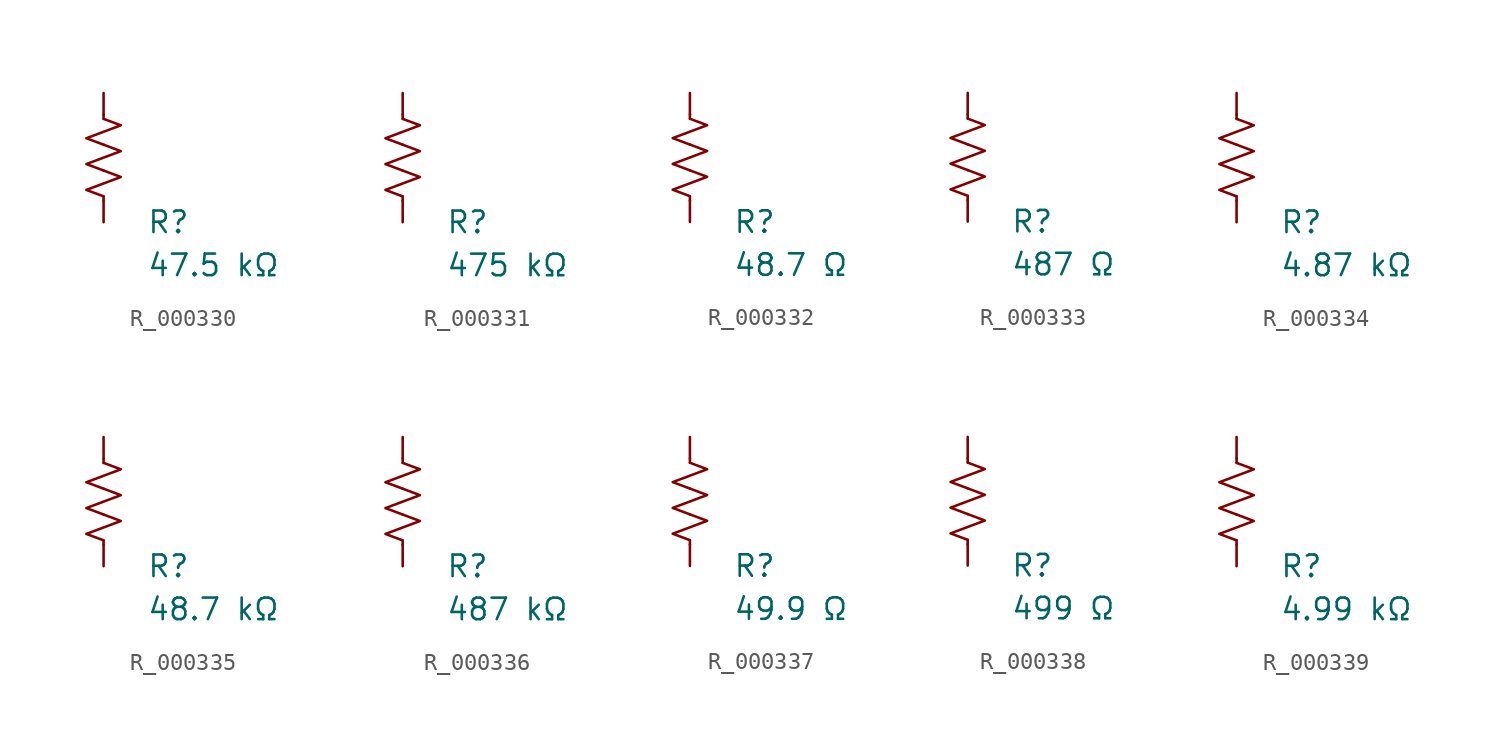
<source format=kicad_sym>
(kicad_symbol_lib
  (version 20231120)
  (generator "kicad_symbol_editor")
  (generator_version "8.0")
  (symbol "R_000330"
    (pin_numbers hide)
    (pin_names
      (offset 0))
    (property "Reference" "R"
      (at 2.54 -3.81 0)
      (effects (font (size 1.27 1.27)) (justify left))
      (show_name no))
    (property "Value" "47.5 kΩ"
      (at 2.54 -6.35 0)
      (effects (font (size 1.27 1.27)) (justify left))
      (show_name no))
    (symbol "R_000330_0_1"
      (polyline (pts (xy 0 -2.286) (xy 0 -2.54)) (stroke (width 0) (type default)) (fill (type none)))
      (polyline (pts (xy 0 2.286) (xy 0 2.54)) (stroke (width 0) (type default)) (fill (type none)))
      (polyline (pts (xy 0 -0.762) (xy 1.016 -1.143) (xy 0 -1.524) (xy -1.016 -1.905) (xy 0 -2.286)) (stroke (width 0) (type default)) (fill (type none)))
      (polyline (pts (xy 0 0.762) (xy 1.016 0.381) (xy 0 0) (xy -1.016 -0.381) (xy 0 -0.762)) (stroke (width 0) (type default)) (fill (type none)))
      (polyline (pts (xy 0 2.286) (xy 1.016 1.905) (xy 0 1.524) (xy -1.016 1.143) (xy 0 0.762)) (stroke (width 0) (type default)) (fill (type none))))
    (symbol "R_000330_1_1"
      (pin passive line (at 0 3.81 270) (length 1.27) (name "~" (effects (font (size 1.27 1.27)))) (number "1" (effects (font (size 1.27 1.27)))))
      (pin passive line (at 0 -3.81 90) (length 1.27) (name "~" (effects (font (size 1.27 1.27)))) (number "2" (effects (font (size 1.27 1.27)))))))
  (symbol "R_000331"
    (pin_numbers hide)
    (pin_names
      (offset 0))
    (property "Reference" "R"
      (at 2.54 -3.81 0)
      (effects (font (size 1.27 1.27)) (justify left))
      (show_name no))
    (property "Value" "475 kΩ"
      (at 2.54 -6.35 0)
      (effects (font (size 1.27 1.27)) (justify left))
      (show_name no))
    (symbol "R_000331_0_1"
      (polyline (pts (xy 0 -2.286) (xy 0 -2.54)) (stroke (width 0) (type default)) (fill (type none)))
      (polyline (pts (xy 0 2.286) (xy 0 2.54)) (stroke (width 0) (type default)) (fill (type none)))
      (polyline (pts (xy 0 -0.762) (xy 1.016 -1.143) (xy 0 -1.524) (xy -1.016 -1.905) (xy 0 -2.286)) (stroke (width 0) (type default)) (fill (type none)))
      (polyline (pts (xy 0 0.762) (xy 1.016 0.381) (xy 0 0) (xy -1.016 -0.381) (xy 0 -0.762)) (stroke (width 0) (type default)) (fill (type none)))
      (polyline (pts (xy 0 2.286) (xy 1.016 1.905) (xy 0 1.524) (xy -1.016 1.143) (xy 0 0.762)) (stroke (width 0) (type default)) (fill (type none))))
    (symbol "R_000331_1_1"
      (pin passive line (at 0 3.81 270) (length 1.27) (name "~" (effects (font (size 1.27 1.27)))) (number "1" (effects (font (size 1.27 1.27)))))
      (pin passive line (at 0 -3.81 90) (length 1.27) (name "~" (effects (font (size 1.27 1.27)))) (number "2" (effects (font (size 1.27 1.27)))))))
  (symbol "R_000332"
    (pin_numbers hide)
    (pin_names
      (offset 0))
    (property "Reference" "R"
      (at 2.54 -3.81 0)
      (effects (font (size 1.27 1.27)) (justify left))
      (show_name no))
    (property "Value" "48.7 Ω"
      (at 2.54 -6.35 0)
      (effects (font (size 1.27 1.27)) (justify left))
      (show_name no))
    (symbol "R_000332_0_1"
      (polyline (pts (xy 0 -2.286) (xy 0 -2.54)) (stroke (width 0) (type default)) (fill (type none)))
      (polyline (pts (xy 0 2.286) (xy 0 2.54)) (stroke (width 0) (type default)) (fill (type none)))
      (polyline (pts (xy 0 -0.762) (xy 1.016 -1.143) (xy 0 -1.524) (xy -1.016 -1.905) (xy 0 -2.286)) (stroke (width 0) (type default)) (fill (type none)))
      (polyline (pts (xy 0 0.762) (xy 1.016 0.381) (xy 0 0) (xy -1.016 -0.381) (xy 0 -0.762)) (stroke (width 0) (type default)) (fill (type none)))
      (polyline (pts (xy 0 2.286) (xy 1.016 1.905) (xy 0 1.524) (xy -1.016 1.143) (xy 0 0.762)) (stroke (width 0) (type default)) (fill (type none))))
    (symbol "R_000332_1_1"
      (pin passive line (at 0 3.81 270) (length 1.27) (name "~" (effects (font (size 1.27 1.27)))) (number "1" (effects (font (size 1.27 1.27)))))
      (pin passive line (at 0 -3.81 90) (length 1.27) (name "~" (effects (font (size 1.27 1.27)))) (number "2" (effects (font (size 1.27 1.27)))))))
  (symbol "R_000333"
    (pin_numbers hide)
    (pin_names
      (offset 0))
    (property "Reference" "R"
      (at 2.54 -3.81 0)
      (effects (font (size 1.27 1.27)) (justify left))
      (show_name no))
    (property "Value" "487 Ω"
      (at 2.54 -6.35 0)
      (effects (font (size 1.27 1.27)) (justify left))
      (show_name no))
    (symbol "R_000333_0_1"
      (polyline (pts (xy 0 -2.286) (xy 0 -2.54)) (stroke (width 0) (type default)) (fill (type none)))
      (polyline (pts (xy 0 2.286) (xy 0 2.54)) (stroke (width 0) (type default)) (fill (type none)))
      (polyline (pts (xy 0 -0.762) (xy 1.016 -1.143) (xy 0 -1.524) (xy -1.016 -1.905) (xy 0 -2.286)) (stroke (width 0) (type default)) (fill (type none)))
      (polyline (pts (xy 0 0.762) (xy 1.016 0.381) (xy 0 0) (xy -1.016 -0.381) (xy 0 -0.762)) (stroke (width 0) (type default)) (fill (type none)))
      (polyline (pts (xy 0 2.286) (xy 1.016 1.905) (xy 0 1.524) (xy -1.016 1.143) (xy 0 0.762)) (stroke (width 0) (type default)) (fill (type none))))
    (symbol "R_000333_1_1"
      (pin passive line (at 0 3.81 270) (length 1.27) (name "~" (effects (font (size 1.27 1.27)))) (number "1" (effects (font (size 1.27 1.27)))))
      (pin passive line (at 0 -3.81 90) (length 1.27) (name "~" (effects (font (size 1.27 1.27)))) (number "2" (effects (font (size 1.27 1.27)))))))
  (symbol "R_000334"
    (pin_numbers hide)
    (pin_names
      (offset 0))
    (property "Reference" "R"
      (at 2.54 -3.81 0)
      (effects (font (size 1.27 1.27)) (justify left))
      (show_name no))
    (property "Value" "4.87 kΩ"
      (at 2.54 -6.35 0)
      (effects (font (size 1.27 1.27)) (justify left))
      (show_name no))
    (symbol "R_000334_0_1"
      (polyline (pts (xy 0 -2.286) (xy 0 -2.54)) (stroke (width 0) (type default)) (fill (type none)))
      (polyline (pts (xy 0 2.286) (xy 0 2.54)) (stroke (width 0) (type default)) (fill (type none)))
      (polyline (pts (xy 0 -0.762) (xy 1.016 -1.143) (xy 0 -1.524) (xy -1.016 -1.905) (xy 0 -2.286)) (stroke (width 0) (type default)) (fill (type none)))
      (polyline (pts (xy 0 0.762) (xy 1.016 0.381) (xy 0 0) (xy -1.016 -0.381) (xy 0 -0.762)) (stroke (width 0) (type default)) (fill (type none)))
      (polyline (pts (xy 0 2.286) (xy 1.016 1.905) (xy 0 1.524) (xy -1.016 1.143) (xy 0 0.762)) (stroke (width 0) (type default)) (fill (type none))))
    (symbol "R_000334_1_1"
      (pin passive line (at 0 3.81 270) (length 1.27) (name "~" (effects (font (size 1.27 1.27)))) (number "1" (effects (font (size 1.27 1.27)))))
      (pin passive line (at 0 -3.81 90) (length 1.27) (name "~" (effects (font (size 1.27 1.27)))) (number "2" (effects (font (size 1.27 1.27)))))))
  (symbol "R_000335"
    (pin_numbers hide)
    (pin_names
      (offset 0))
    (property "Reference" "R"
      (at 2.54 -3.81 0)
      (effects (font (size 1.27 1.27)) (justify left))
      (show_name no))
    (property "Value" "48.7 kΩ"
      (at 2.54 -6.35 0)
      (effects (font (size 1.27 1.27)) (justify left))
      (show_name no))
    (symbol "R_000335_0_1"
      (polyline (pts (xy 0 -2.286) (xy 0 -2.54)) (stroke (width 0) (type default)) (fill (type none)))
      (polyline (pts (xy 0 2.286) (xy 0 2.54)) (stroke (width 0) (type default)) (fill (type none)))
      (polyline (pts (xy 0 -0.762) (xy 1.016 -1.143) (xy 0 -1.524) (xy -1.016 -1.905) (xy 0 -2.286)) (stroke (width 0) (type default)) (fill (type none)))
      (polyline (pts (xy 0 0.762) (xy 1.016 0.381) (xy 0 0) (xy -1.016 -0.381) (xy 0 -0.762)) (stroke (width 0) (type default)) (fill (type none)))
      (polyline (pts (xy 0 2.286) (xy 1.016 1.905) (xy 0 1.524) (xy -1.016 1.143) (xy 0 0.762)) (stroke (width 0) (type default)) (fill (type none))))
    (symbol "R_000335_1_1"
      (pin passive line (at 0 3.81 270) (length 1.27) (name "~" (effects (font (size 1.27 1.27)))) (number "1" (effects (font (size 1.27 1.27)))))
      (pin passive line (at 0 -3.81 90) (length 1.27) (name "~" (effects (font (size 1.27 1.27)))) (number "2" (effects (font (size 1.27 1.27)))))))
  (symbol "R_000336"
    (pin_numbers hide)
    (pin_names
      (offset 0))
    (property "Reference" "R"
      (at 2.54 -3.81 0)
      (effects (font (size 1.27 1.27)) (justify left))
      (show_name no))
    (property "Value" "487 kΩ"
      (at 2.54 -6.35 0)
      (effects (font (size 1.27 1.27)) (justify left))
      (show_name no))
    (symbol "R_000336_0_1"
      (polyline (pts (xy 0 -2.286) (xy 0 -2.54)) (stroke (width 0) (type default)) (fill (type none)))
      (polyline (pts (xy 0 2.286) (xy 0 2.54)) (stroke (width 0) (type default)) (fill (type none)))
      (polyline (pts (xy 0 -0.762) (xy 1.016 -1.143) (xy 0 -1.524) (xy -1.016 -1.905) (xy 0 -2.286)) (stroke (width 0) (type default)) (fill (type none)))
      (polyline (pts (xy 0 0.762) (xy 1.016 0.381) (xy 0 0) (xy -1.016 -0.381) (xy 0 -0.762)) (stroke (width 0) (type default)) (fill (type none)))
      (polyline (pts (xy 0 2.286) (xy 1.016 1.905) (xy 0 1.524) (xy -1.016 1.143) (xy 0 0.762)) (stroke (width 0) (type default)) (fill (type none))))
    (symbol "R_000336_1_1"
      (pin passive line (at 0 3.81 270) (length 1.27) (name "~" (effects (font (size 1.27 1.27)))) (number "1" (effects (font (size 1.27 1.27)))))
      (pin passive line (at 0 -3.81 90) (length 1.27) (name "~" (effects (font (size 1.27 1.27)))) (number "2" (effects (font (size 1.27 1.27)))))))
  (symbol "R_000337"
    (pin_numbers hide)
    (pin_names
      (offset 0))
    (property "Reference" "R"
      (at 2.54 -3.81 0)
      (effects (font (size 1.27 1.27)) (justify left))
      (show_name no))
    (property "Value" "49.9 Ω"
      (at 2.54 -6.35 0)
      (effects (font (size 1.27 1.27)) (justify left))
      (show_name no))
    (symbol "R_000337_0_1"
      (polyline (pts (xy 0 -2.286) (xy 0 -2.54)) (stroke (width 0) (type default)) (fill (type none)))
      (polyline (pts (xy 0 2.286) (xy 0 2.54)) (stroke (width 0) (type default)) (fill (type none)))
      (polyline (pts (xy 0 -0.762) (xy 1.016 -1.143) (xy 0 -1.524) (xy -1.016 -1.905) (xy 0 -2.286)) (stroke (width 0) (type default)) (fill (type none)))
      (polyline (pts (xy 0 0.762) (xy 1.016 0.381) (xy 0 0) (xy -1.016 -0.381) (xy 0 -0.762)) (stroke (width 0) (type default)) (fill (type none)))
      (polyline (pts (xy 0 2.286) (xy 1.016 1.905) (xy 0 1.524) (xy -1.016 1.143) (xy 0 0.762)) (stroke (width 0) (type default)) (fill (type none))))
    (symbol "R_000337_1_1"
      (pin passive line (at 0 3.81 270) (length 1.27) (name "~" (effects (font (size 1.27 1.27)))) (number "1" (effects (font (size 1.27 1.27)))))
      (pin passive line (at 0 -3.81 90) (length 1.27) (name "~" (effects (font (size 1.27 1.27)))) (number "2" (effects (font (size 1.27 1.27)))))))
  (symbol "R_000338"
    (pin_numbers hide)
    (pin_names
      (offset 0))
    (property "Reference" "R"
      (at 2.54 -3.81 0)
      (effects (font (size 1.27 1.27)) (justify left))
      (show_name no))
    (property "Value" "499 Ω"
      (at 2.54 -6.35 0)
      (effects (font (size 1.27 1.27)) (justify left))
      (show_name no))
    (symbol "R_000338_0_1"
      (polyline (pts (xy 0 -2.286) (xy 0 -2.54)) (stroke (width 0) (type default)) (fill (type none)))
      (polyline (pts (xy 0 2.286) (xy 0 2.54)) (stroke (width 0) (type default)) (fill (type none)))
      (polyline (pts (xy 0 -0.762) (xy 1.016 -1.143) (xy 0 -1.524) (xy -1.016 -1.905) (xy 0 -2.286)) (stroke (width 0) (type default)) (fill (type none)))
      (polyline (pts (xy 0 0.762) (xy 1.016 0.381) (xy 0 0) (xy -1.016 -0.381) (xy 0 -0.762)) (stroke (width 0) (type default)) (fill (type none)))
      (polyline (pts (xy 0 2.286) (xy 1.016 1.905) (xy 0 1.524) (xy -1.016 1.143) (xy 0 0.762)) (stroke (width 0) (type default)) (fill (type none))))
    (symbol "R_000338_1_1"
      (pin passive line (at 0 3.81 270) (length 1.27) (name "~" (effects (font (size 1.27 1.27)))) (number "1" (effects (font (size 1.27 1.27)))))
      (pin passive line (at 0 -3.81 90) (length 1.27) (name "~" (effects (font (size 1.27 1.27)))) (number "2" (effects (font (size 1.27 1.27)))))))
  (symbol "R_000339"
    (pin_numbers hide)
    (pin_names
      (offset 0))
    (property "Reference" "R"
      (at 2.54 -3.81 0)
      (effects (font (size 1.27 1.27)) (justify left))
      (show_name no))
    (property "Value" "4.99 kΩ"
      (at 2.54 -6.35 0)
      (effects (font (size 1.27 1.27)) (justify left))
      (show_name no))
    (symbol "R_000339_0_1"
      (polyline (pts (xy 0 -2.286) (xy 0 -2.54)) (stroke (width 0) (type default)) (fill (type none)))
      (polyline (pts (xy 0 2.286) (xy 0 2.54)) (stroke (width 0) (type default)) (fill (type none)))
      (polyline (pts (xy 0 -0.762) (xy 1.016 -1.143) (xy 0 -1.524) (xy -1.016 -1.905) (xy 0 -2.286)) (stroke (width 0) (type default)) (fill (type none)))
      (polyline (pts (xy 0 0.762) (xy 1.016 0.381) (xy 0 0) (xy -1.016 -0.381) (xy 0 -0.762)) (stroke (width 0) (type default)) (fill (type none)))
      (polyline (pts (xy 0 2.286) (xy 1.016 1.905) (xy 0 1.524) (xy -1.016 1.143) (xy 0 0.762)) (stroke (width 0) (type default)) (fill (type none))))
    (symbol "R_000339_1_1"
      (pin passive line (at 0 3.81 270) (length 1.27) (name "~" (effects (font (size 1.27 1.27)))) (number "1" (effects (font (size 1.27 1.27)))))
      (pin passive line (at 0 -3.81 90) (length 1.27) (name "~" (effects (font (size 1.27 1.27)))) (number "2" (effects (font (size 1.27 1.27))))))))
</source>
